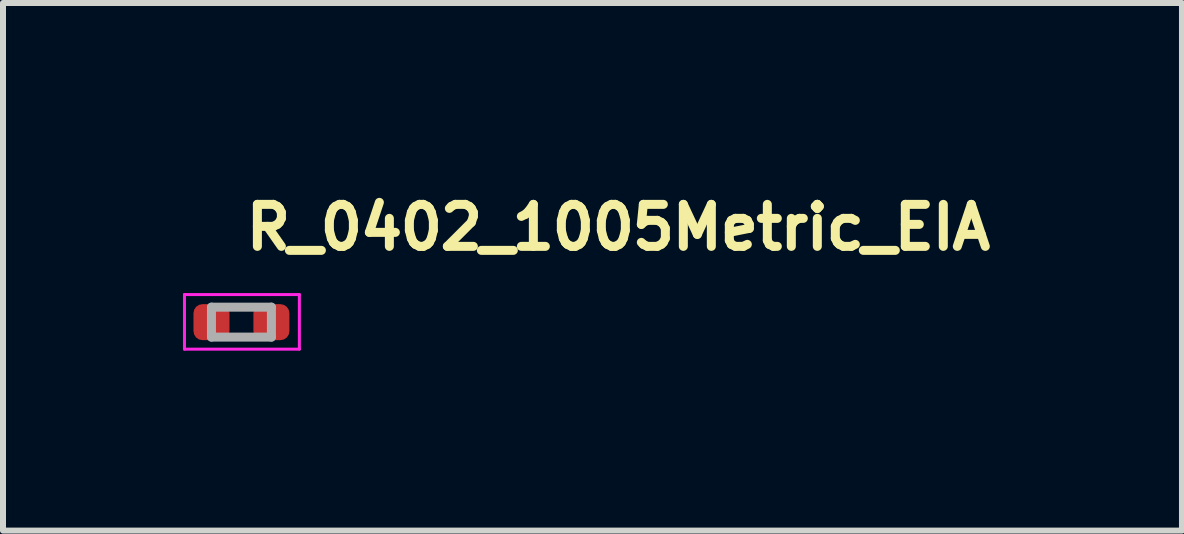
<source format=kicad_pcb>
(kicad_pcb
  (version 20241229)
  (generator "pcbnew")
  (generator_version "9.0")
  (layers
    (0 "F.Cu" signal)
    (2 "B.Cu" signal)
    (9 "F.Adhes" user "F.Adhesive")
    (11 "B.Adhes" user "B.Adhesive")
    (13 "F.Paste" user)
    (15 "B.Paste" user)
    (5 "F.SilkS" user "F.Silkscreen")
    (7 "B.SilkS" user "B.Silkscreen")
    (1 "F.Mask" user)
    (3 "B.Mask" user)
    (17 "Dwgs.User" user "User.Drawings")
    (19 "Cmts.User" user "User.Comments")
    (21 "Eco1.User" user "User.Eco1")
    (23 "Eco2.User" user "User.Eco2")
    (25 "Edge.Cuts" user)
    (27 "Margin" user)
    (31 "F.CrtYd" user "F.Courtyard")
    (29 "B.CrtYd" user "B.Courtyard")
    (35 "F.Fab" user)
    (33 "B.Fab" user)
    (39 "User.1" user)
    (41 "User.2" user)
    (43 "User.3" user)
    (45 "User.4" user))
  (footprint "R_0402_1005Metric_EIA"
    (layer "F.Cu")
    (at 0.975 2.32)
    (property "Reference" "R_0402_1005Metric_EIA" (at 0 -1.17 0) (layer "F.SilkS") (effects (font (size 0.7 0.7) (thickness 0.15)) (justify left bottom)))
    (attr smd)
    (fp_line (start -0.95 -0.46) (end 0.965 -0.46) (stroke (width 0.05) (type solid)) (layer "F.CrtYd"))
    (fp_line (start -0.95 0.45) (end -0.95 -0.46) (stroke (width 0.05) (type solid)) (layer "F.CrtYd"))
    (fp_line (start 0.965 -0.46) (end 0.965 0.45) (stroke (width 0.05) (type solid)) (layer "F.CrtYd"))
    (fp_line (start 0.965 0.45) (end -0.95 0.45) (stroke (width 0.05) (type solid)) (layer "F.CrtYd"))
    (fp_line (start -0.5 -0.25) (end 0.499 -0.25) (stroke (width 0.15) (type solid)) (layer "F.Fab"))
    (fp_line (start -0.5 0.249) (end -0.5 -0.25) (stroke (width 0.15) (type solid)) (layer "F.Fab"))
    (fp_line (start 0.499 -0.25) (end 0.499 0.249) (stroke (width 0.15) (type solid)) (layer "F.Fab"))
    (fp_line (start 0.499 0.249) (end -0.5 0.249) (stroke (width 0.15) (type solid)) (layer "F.Fab"))
    (fp_rect (start -0.5 -0.25) (end 0.5 0.25) (stroke (width 0.15) (type solid)) (fill no) (layer "User.5"))
    (fp_line (start -0.5 0.25) (end -0.5 -0.25) (stroke (width 0.01) (type solid)) (layer "User.9"))
    (fp_line (start -0.25 -0.25) (end -0.5 -0.25) (stroke (width 0.01) (type solid)) (layer "User.9"))
    (fp_line (start -0.25 0.25) (end -0.5 0.25) (stroke (width 0.01) (type solid)) (layer "User.9"))
    (fp_line (start -0.25 0.25) (end -0.25 -0.25) (stroke (width 0.01) (type solid)) (layer "User.9"))
    (fp_line (start 0.25 -0.25) (end 0.25 0.25) (stroke (width 0.01) (type solid)) (layer "User.9"))
    (fp_line (start 0.25 -0.23) (end -0.25 -0.23) (stroke (width 0.01) (type solid)) (layer "User.9"))
    (fp_line (start 0.25 0.23) (end -0.25 0.23) (stroke (width 0.01) (type solid)) (layer "User.9"))
    (fp_line (start 0.25 0.25) (end 0.5 0.25) (stroke (width 0.01) (type solid)) (layer "User.9"))
    (fp_line (start 0.5 -0.25) (end 0.25 -0.25) (stroke (width 0.01) (type solid)) (layer "User.9"))
    (fp_line (start 0.5 0.25) (end 0.5 -0.25) (stroke (width 0.01) (type solid)) (layer "User.9"))
    (pad "1" smd roundrect (at -0.5 0 90) (size 0.6 0.6) (layers "F.Cu" "F.Mask" "F.Paste") (roundrect_rratio 0.25))
    (pad "2" smd roundrect (at 0.499 0) (size 0.6 0.6) (layers "F.Cu" "F.Mask" "F.Paste") (roundrect_rratio 0.25)))
  (gr_rect
    (start -3 -3)
    (end 16.652 5.795)
    (stroke (width 0.1) (type default))
    (fill no)
    (layer "Edge.Cuts")))
</source>
